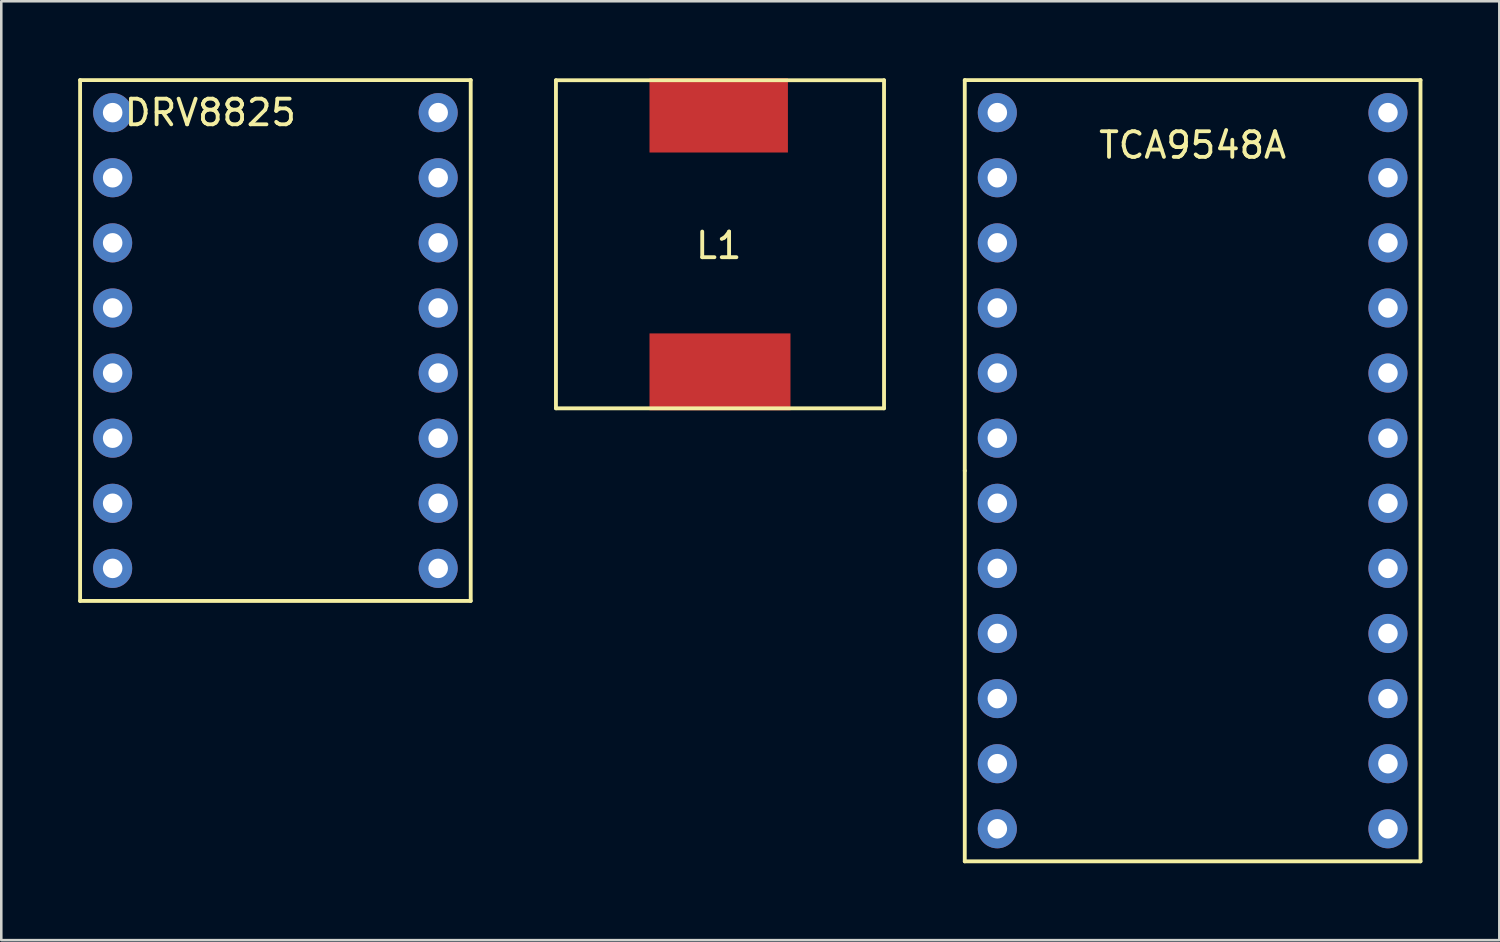
<source format=kicad_pcb>
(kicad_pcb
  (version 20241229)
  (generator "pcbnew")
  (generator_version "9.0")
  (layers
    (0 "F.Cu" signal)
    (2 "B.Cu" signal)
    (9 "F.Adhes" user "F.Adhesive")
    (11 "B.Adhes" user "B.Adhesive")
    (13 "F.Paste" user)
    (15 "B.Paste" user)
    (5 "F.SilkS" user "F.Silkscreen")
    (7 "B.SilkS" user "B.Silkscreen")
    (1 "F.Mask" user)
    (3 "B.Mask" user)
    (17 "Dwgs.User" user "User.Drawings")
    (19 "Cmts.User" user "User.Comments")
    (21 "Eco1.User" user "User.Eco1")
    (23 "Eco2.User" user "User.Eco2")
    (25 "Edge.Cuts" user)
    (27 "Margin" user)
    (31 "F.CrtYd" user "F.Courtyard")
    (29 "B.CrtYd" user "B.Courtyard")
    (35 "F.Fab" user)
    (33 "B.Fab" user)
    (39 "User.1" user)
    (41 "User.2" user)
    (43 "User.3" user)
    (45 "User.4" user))
  (footprint "TCA9548A"
    (layer "F.Cu")
    (at 35.86 1.345)
    (property "Reference" "TCA9548A" (at 7.62 1.27 0) (layer "F.SilkS") (effects (font (size 1 1) (thickness 0.15))))
    (attr through_hole)
    (fp_line (start -1.27 -1.27) (end -1.27 13.97) (stroke (width 0.15) (type solid)) (layer "F.SilkS"))
    (fp_line (start -1.27 13.97) (end -1.27 29.21) (stroke (width 0.15) (type solid)) (layer "F.SilkS"))
    (fp_line (start -1.27 29.21) (end 16.51 29.21) (stroke (width 0.15) (type solid)) (layer "F.SilkS"))
    (fp_line (start 16.51 -1.27) (end -1.27 -1.27) (stroke (width 0.15) (type solid)) (layer "F.SilkS"))
    (fp_line (start 16.51 29.21) (end 16.51 -1.27) (stroke (width 0.15) (type solid)) (layer "F.SilkS"))
    (pad "1" thru_hole circle (at 0 0) (size 1.524 1.524) (drill 0.762) (layers "*.Cu" "*.Mask"))
    (pad "2" thru_hole circle (at 0 2.54) (size 1.524 1.524) (drill 0.762) (layers "*.Cu" "*.Mask"))
    (pad "3" thru_hole circle (at 0 5.08) (size 1.524 1.524) (drill 0.762) (layers "*.Cu" "*.Mask"))
    (pad "4" thru_hole circle (at 0 7.62) (size 1.524 1.524) (drill 0.762) (layers "*.Cu" "*.Mask"))
    (pad "5" thru_hole circle (at 0 10.16) (size 1.524 1.524) (drill 0.762) (layers "*.Cu" "*.Mask"))
    (pad "6" thru_hole circle (at 0 12.7) (size 1.524 1.524) (drill 0.762) (layers "*.Cu" "*.Mask"))
    (pad "7" thru_hole circle (at 0 15.24) (size 1.524 1.524) (drill 0.762) (layers "*.Cu" "*.Mask"))
    (pad "8" thru_hole circle (at 0 17.78) (size 1.524 1.524) (drill 0.762) (layers "*.Cu" "*.Mask"))
    (pad "9" thru_hole circle (at 0 20.32) (size 1.524 1.524) (drill 0.762) (layers "*.Cu" "*.Mask"))
    (pad "10" thru_hole circle (at 0 22.86) (size 1.524 1.524) (drill 0.762) (layers "*.Cu" "*.Mask"))
    (pad "11" thru_hole circle (at 0 25.4) (size 1.524 1.524) (drill 0.762) (layers "*.Cu" "*.Mask"))
    (pad "12" thru_hole circle (at 0 27.94) (size 1.524 1.524) (drill 0.762) (layers "*.Cu" "*.Mask"))
    (pad "13" thru_hole circle (at 15.24 0) (size 1.524 1.524) (drill 0.762) (layers "*.Cu" "*.Mask"))
    (pad "14" thru_hole circle (at 15.24 2.54) (size 1.524 1.524) (drill 0.762) (layers "*.Cu" "*.Mask"))
    (pad "15" thru_hole circle (at 15.24 5.08) (size 1.524 1.524) (drill 0.762) (layers "*.Cu" "*.Mask"))
    (pad "16" thru_hole circle (at 15.24 7.62) (size 1.524 1.524) (drill 0.762) (layers "*.Cu" "*.Mask"))
    (pad "17" thru_hole circle (at 15.24 10.16) (size 1.524 1.524) (drill 0.762) (layers "*.Cu" "*.Mask"))
    (pad "18" thru_hole circle (at 15.24 12.7) (size 1.524 1.524) (drill 0.762) (layers "*.Cu" "*.Mask"))
    (pad "19" thru_hole circle (at 15.24 15.24) (size 1.524 1.524) (drill 0.762) (layers "*.Cu" "*.Mask"))
    (pad "20" thru_hole circle (at 15.24 17.78) (size 1.524 1.524) (drill 0.762) (layers "*.Cu" "*.Mask"))
    (pad "21" thru_hole circle (at 15.24 20.32) (size 1.524 1.524) (drill 0.762) (layers "*.Cu" "*.Mask"))
    (pad "22" thru_hole circle (at 15.24 22.86) (size 1.524 1.524) (drill 0.762) (layers "*.Cu" "*.Mask"))
    (pad "23" thru_hole circle (at 15.24 25.4) (size 1.524 1.524) (drill 0.762) (layers "*.Cu" "*.Mask"))
    (pad "24" thru_hole circle (at 15.24 27.94) (size 1.524 1.524) (drill 0.762) (layers "*.Cu" "*.Mask")))
  (footprint "DRV8825"
    (layer "F.Cu")
    (at 7.695 10.235)
    (property "Reference" "DRV8825" (at -2.54 -8.89 0) (layer "F.SilkS") (effects (font (size 1 1) (thickness 0.15))))
    (attr through_hole)
    (fp_line (start -7.62 -10.16) (end 7.62 -10.16) (stroke (width 0.15) (type solid)) (layer "F.SilkS"))
    (fp_line (start -7.62 10.16) (end -7.62 -10.16) (stroke (width 0.15) (type solid)) (layer "F.SilkS"))
    (fp_line (start 7.62 -10.16) (end 7.62 10.16) (stroke (width 0.15) (type solid)) (layer "F.SilkS"))
    (fp_line (start 7.62 10.16) (end -7.62 10.16) (stroke (width 0.15) (type solid)) (layer "F.SilkS"))
    (pad "1" thru_hole circle (at -6.35 -8.89) (size 1.524 1.524) (drill 0.762) (layers "*.Cu" "*.Mask"))
    (pad "2" thru_hole circle (at -6.35 -6.35) (size 1.524 1.524) (drill 0.762) (layers "*.Cu" "*.Mask"))
    (pad "3" thru_hole circle (at -6.35 -3.81) (size 1.524 1.524) (drill 0.762) (layers "*.Cu" "*.Mask"))
    (pad "4" thru_hole circle (at -6.35 -1.27) (size 1.524 1.524) (drill 0.762) (layers "*.Cu" "*.Mask"))
    (pad "5" thru_hole circle (at -6.35 1.27) (size 1.524 1.524) (drill 0.762) (layers "*.Cu" "*.Mask"))
    (pad "6" thru_hole circle (at -6.35 3.81) (size 1.524 1.524) (drill 0.762) (layers "*.Cu" "*.Mask"))
    (pad "7" thru_hole circle (at -6.35 6.35) (size 1.524 1.524) (drill 0.762) (layers "*.Cu" "*.Mask"))
    (pad "8" thru_hole circle (at -6.35 8.89) (size 1.524 1.524) (drill 0.762) (layers "*.Cu" "*.Mask"))
    (pad "9" thru_hole circle (at 6.35 8.89) (size 1.524 1.524) (drill 0.762) (layers "*.Cu" "*.Mask"))
    (pad "10" thru_hole circle (at 6.35 6.35) (size 1.524 1.524) (drill 0.762) (layers "*.Cu" "*.Mask"))
    (pad "11" thru_hole circle (at 6.35 3.81) (size 1.524 1.524) (drill 0.762) (layers "*.Cu" "*.Mask"))
    (pad "12" thru_hole circle (at 6.35 1.27) (size 1.524 1.524) (drill 0.762) (layers "*.Cu" "*.Mask"))
    (pad "13" thru_hole circle (at 6.35 -1.27) (size 1.524 1.524) (drill 0.762) (layers "*.Cu" "*.Mask"))
    (pad "14" thru_hole circle (at 6.35 -3.81) (size 1.524 1.524) (drill 0.762) (layers "*.Cu" "*.Mask"))
    (pad "15" thru_hole circle (at 6.35 -6.35) (size 1.524 1.524) (drill 0.762) (layers "*.Cu" "*.Mask"))
    (pad "16" thru_hole circle (at 6.35 -8.89) (size 1.524 1.524) (drill 0.762) (layers "*.Cu" "*.Mask")))
  (footprint "L1"
    (layer "F.Cu")
    (at 18.64 12.88)
    (property "Reference" "L1" (at 6.35 -6.35 0) (layer "F.SilkS") (effects (font (size 1 1) (thickness 0.15))))
    (attr through_hole)
    (fp_line (start 0 -12.8) (end 12.8 -12.8) (stroke (width 0.15) (type solid)) (layer "F.SilkS"))
    (fp_line (start 0 0) (end 0 -12.8) (stroke (width 0.15) (type solid)) (layer "F.SilkS"))
    (fp_line (start 0 0) (end 12.8 0) (stroke (width 0.15) (type solid)) (layer "F.SilkS"))
    (fp_line (start 12.8 0) (end 12.8 -12.8) (stroke (width 0.15) (type solid)) (layer "F.SilkS"))
    (pad "1" smd rect (at 6.35 -11.43) (size 5.4 2.9) (layers "F.Cu" "F.Mask" "F.Paste"))
    (pad "2" smd rect (at 6.4 -1.422) (size 5.5 3) (layers "F.Cu" "F.Mask" "F.Paste")))
  (gr_rect
    (start -3 -3)
    (end 55.445 33.63)
    (stroke (width 0.1) (type default))
    (fill no)
    (layer "Edge.Cuts")))
</source>
